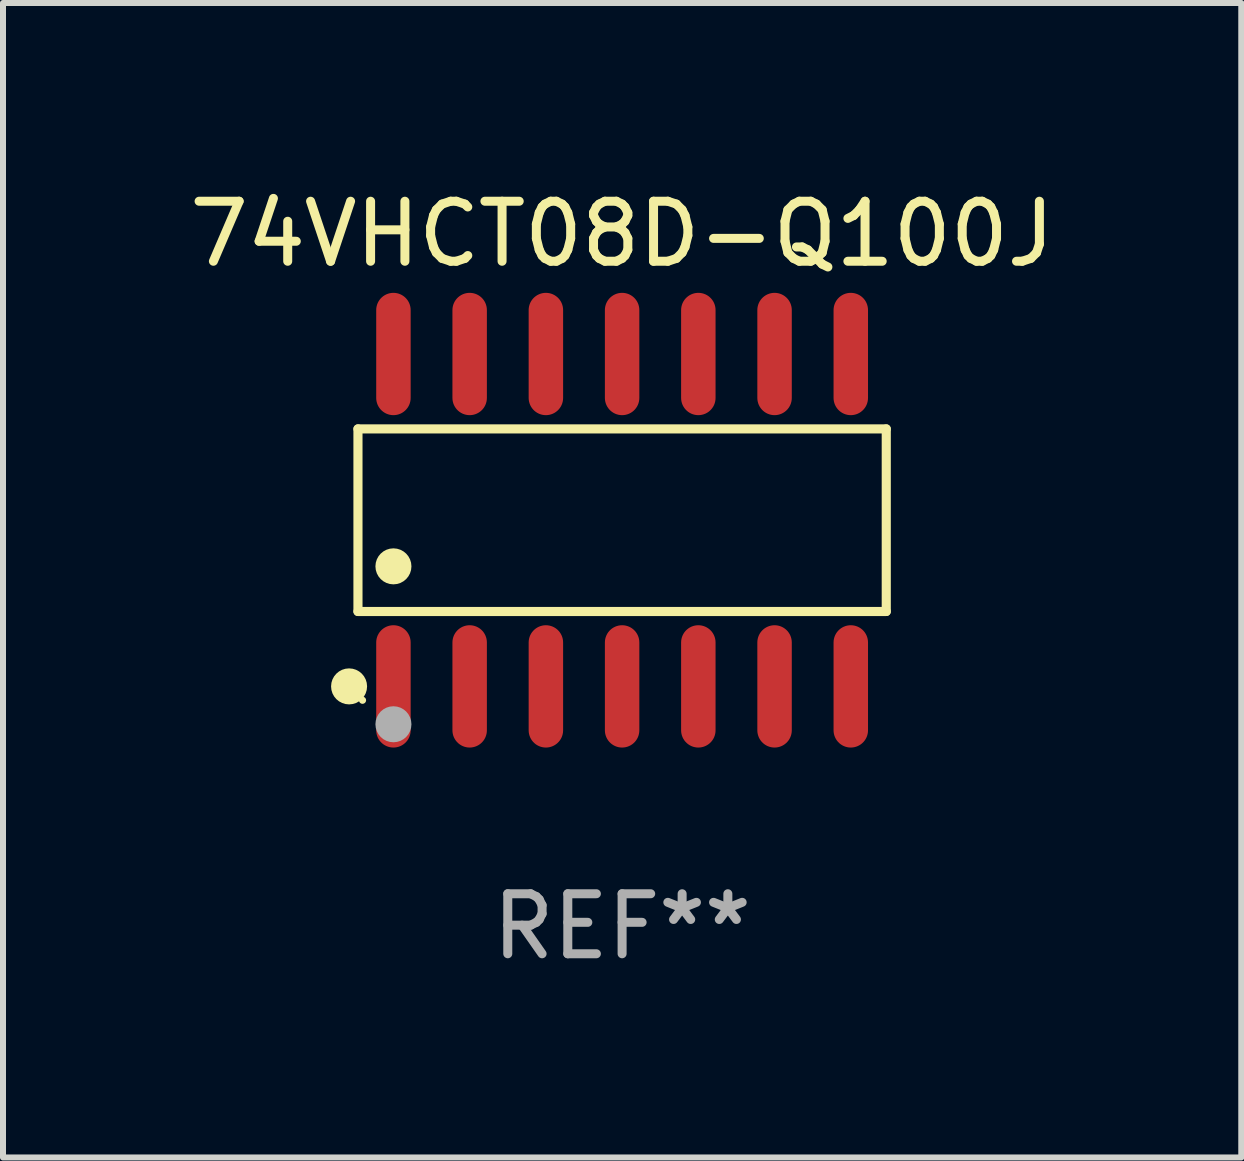
<source format=kicad_pcb>
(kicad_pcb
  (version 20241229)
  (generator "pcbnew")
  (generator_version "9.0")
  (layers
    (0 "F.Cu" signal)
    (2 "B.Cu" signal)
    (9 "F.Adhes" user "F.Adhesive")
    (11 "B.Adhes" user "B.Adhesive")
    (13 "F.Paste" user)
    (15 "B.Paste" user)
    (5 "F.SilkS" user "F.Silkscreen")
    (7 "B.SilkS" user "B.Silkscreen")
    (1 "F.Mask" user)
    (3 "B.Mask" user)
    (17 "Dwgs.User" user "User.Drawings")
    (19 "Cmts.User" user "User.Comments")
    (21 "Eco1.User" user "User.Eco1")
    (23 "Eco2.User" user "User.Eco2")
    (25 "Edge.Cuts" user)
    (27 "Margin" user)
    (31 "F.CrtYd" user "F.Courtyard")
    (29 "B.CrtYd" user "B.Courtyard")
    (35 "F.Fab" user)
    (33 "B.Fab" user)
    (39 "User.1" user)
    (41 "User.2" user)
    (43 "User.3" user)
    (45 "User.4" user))
  (footprint "74VHCT08D-Q100J"
    (layer "F.Cu")
    (at 7.315 5.617)
    (property "Reference" "74VHCT08D-Q100J" (at 0 -4.769 0) (layer "F.SilkS") (effects (font (size 1 1) (thickness 0.15))))
    (attr through_hole)
    (fp_line (start -4.401 -1.521) (end 4.401 -1.521) (stroke (width 0.152) (type solid)) (layer "F.SilkS"))
    (fp_line (start -4.401 1.521) (end -4.401 -1.521) (stroke (width 0.152) (type solid)) (layer "F.SilkS"))
    (fp_line (start 4.401 -1.521) (end 4.401 1.521) (stroke (width 0.152) (type solid)) (layer "F.SilkS"))
    (fp_line (start 4.401 1.521) (end -4.401 1.521) (stroke (width 0.152) (type solid)) (layer "F.SilkS"))
    (fp_circle (center -4.549 2.769) (end -4.399 2.769) (stroke (width 0.3) (type solid)) (fill no) (layer "F.SilkS"))
    (fp_circle (center -4.325 3) (end -4.295 3) (stroke (width 0.06) (type solid)) (fill no) (layer "F.SilkS"))
    (fp_circle (center -3.81 0.769) (end -3.66 0.769) (stroke (width 0.3) (type solid)) (fill no) (layer "F.SilkS"))
    (fp_circle (center -3.81 3.4) (end -3.66 3.4) (stroke (width 0.3) (type solid)) (fill no) (layer "F.Fab"))
    (fp_text user "REF**" (at 0 6.769 0) (layer "F.Fab") (effects (font (size 1 1) (thickness 0.15))))
    (pad "1" smd oval (at -3.81 2.769) (size 0.574 2.038) (layers "F.Cu" "F.Mask" "F.Paste"))
    (pad "2" smd oval (at -2.54 2.769) (size 0.574 2.038) (layers "F.Cu" "F.Mask" "F.Paste"))
    (pad "3" smd oval (at -1.27 2.769) (size 0.574 2.038) (layers "F.Cu" "F.Mask" "F.Paste"))
    (pad "4" smd oval (at 0 2.769) (size 0.574 2.038) (layers "F.Cu" "F.Mask" "F.Paste"))
    (pad "5" smd oval (at 1.27 2.769) (size 0.574 2.038) (layers "F.Cu" "F.Mask" "F.Paste"))
    (pad "6" smd oval (at 2.54 2.769) (size 0.574 2.038) (layers "F.Cu" "F.Mask" "F.Paste"))
    (pad "7" smd oval (at 3.81 2.769) (size 0.574 2.038) (layers "F.Cu" "F.Mask" "F.Paste"))
    (pad "8" smd oval (at 3.81 -2.769) (size 0.574 2.038) (layers "F.Cu" "F.Mask" "F.Paste"))
    (pad "9" smd oval (at 2.54 -2.769) (size 0.574 2.038) (layers "F.Cu" "F.Mask" "F.Paste"))
    (pad "10" smd oval (at 1.27 -2.769) (size 0.574 2.038) (layers "F.Cu" "F.Mask" "F.Paste"))
    (pad "11" smd oval (at 0 -2.769) (size 0.574 2.038) (layers "F.Cu" "F.Mask" "F.Paste"))
    (pad "12" smd oval (at -1.27 -2.769) (size 0.574 2.038) (layers "F.Cu" "F.Mask" "F.Paste"))
    (pad "13" smd oval (at -2.54 -2.769) (size 0.574 2.038) (layers "F.Cu" "F.Mask" "F.Paste"))
    (pad "14" smd oval (at -3.81 -2.769) (size 0.574 2.038) (layers "F.Cu" "F.Mask" "F.Paste")))
  (gr_rect
    (start -3 -3)
    (end 17.631 16.235)
    (stroke (width 0.1) (type default))
    (fill no)
    (layer "Edge.Cuts")))
</source>
